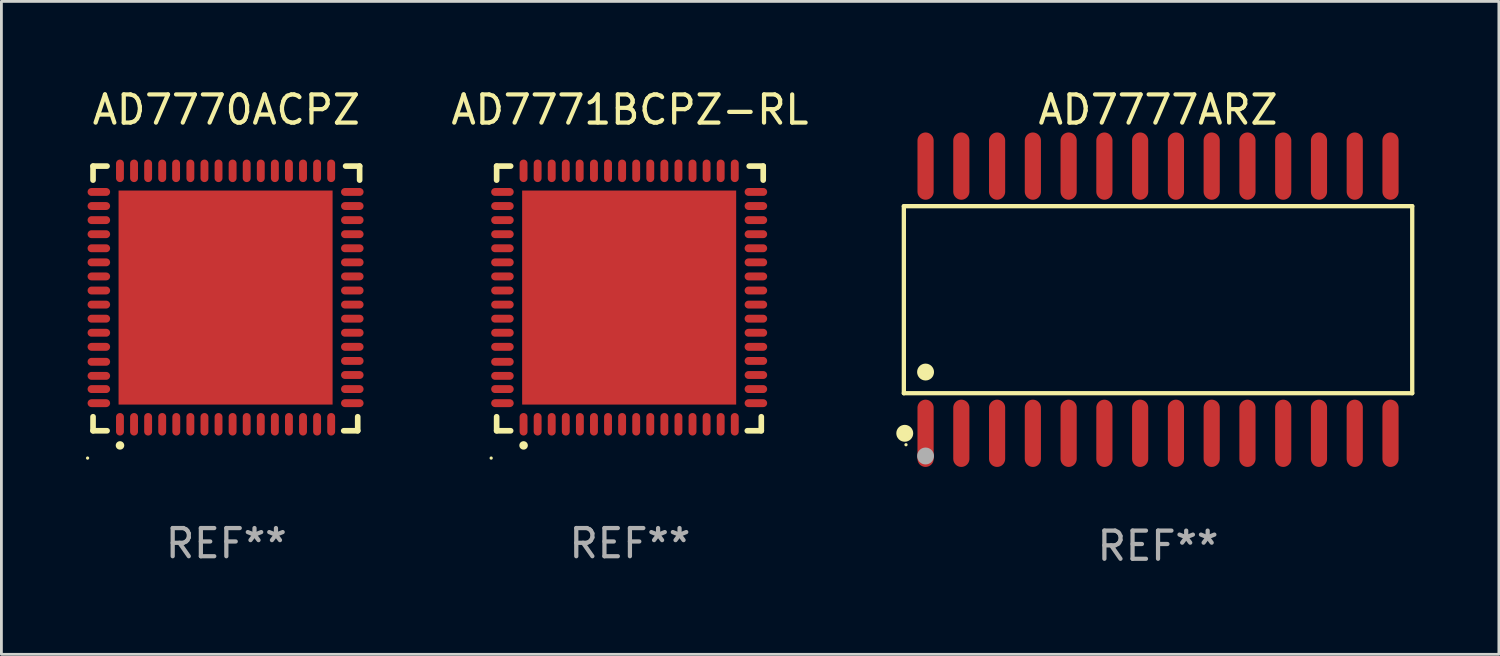
<source format=kicad_pcb>
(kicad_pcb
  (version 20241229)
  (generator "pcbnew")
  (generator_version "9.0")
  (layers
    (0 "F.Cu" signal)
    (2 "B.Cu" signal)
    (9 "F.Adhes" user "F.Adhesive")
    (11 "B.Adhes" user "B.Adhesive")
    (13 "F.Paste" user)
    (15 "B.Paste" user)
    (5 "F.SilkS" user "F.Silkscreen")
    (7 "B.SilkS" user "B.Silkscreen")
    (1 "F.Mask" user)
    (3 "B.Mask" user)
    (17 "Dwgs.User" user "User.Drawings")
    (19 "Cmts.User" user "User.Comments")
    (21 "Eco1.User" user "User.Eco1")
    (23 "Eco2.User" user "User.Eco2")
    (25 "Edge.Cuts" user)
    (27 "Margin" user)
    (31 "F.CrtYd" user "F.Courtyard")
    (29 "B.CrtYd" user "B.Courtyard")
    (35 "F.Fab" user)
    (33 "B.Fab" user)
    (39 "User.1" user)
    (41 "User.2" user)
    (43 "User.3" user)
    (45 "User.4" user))
  (footprint "AD7771BCPZ-RL"
    (layer "F.Cu")
    (at 19.318 7.547)
    (property "Reference" "AD7771BCPZ-RL" (at 0 -6.699 0) (layer "F.SilkS") (effects (font (size 1 1) (thickness 0.15))))
    (attr through_hole)
    (fp_line (start -4.733 -4.699) (end -4.235 -4.699) (stroke (width 0.2) (type solid)) (layer "F.SilkS"))
    (fp_line (start -4.733 -4.201) (end -4.733 -4.699) (stroke (width 0.2) (type solid)) (layer "F.SilkS"))
    (fp_line (start -4.733 4.699) (end -4.733 4.201) (stroke (width 0.2) (type solid)) (layer "F.SilkS"))
    (fp_line (start -4.235 4.699) (end -4.733 4.699) (stroke (width 0.2) (type solid)) (layer "F.SilkS"))
    (fp_line (start 4.168 4.699) (end 4.665 4.699) (stroke (width 0.2) (type solid)) (layer "F.SilkS"))
    (fp_line (start 4.665 4.699) (end 4.665 4.201) (stroke (width 0.2) (type solid)) (layer "F.SilkS"))
    (fp_line (start 4.733 -4.699) (end 4.235 -4.699) (stroke (width 0.2) (type solid)) (layer "F.SilkS"))
    (fp_line (start 4.733 -4.201) (end 4.733 -4.699) (stroke (width 0.2) (type solid)) (layer "F.SilkS"))
    (fp_arc (start -3.777419 5.219329) (mid -3.776149 5.219324) (end -3.774879 5.219329) (stroke (width 0.3) (type solid)) (layer "F.SilkS"))
    (fp_circle (center -4.927 5.669) (end -4.897 5.669) (stroke (width 0.06) (type solid)) (fill no) (layer "F.SilkS"))
    (fp_text user "REF**" (at 0 8.699 0) (layer "F.Fab") (effects (font (size 1 1) (thickness 0.15))))
    (pad "1" smd oval (at -3.777 4.469 180) (size 0.28 0.8) (layers "F.Cu" "F.Mask" "F.Paste"))
    (pad "2" smd oval (at -3.277 4.469 180) (size 0.28 0.8) (layers "F.Cu" "F.Mask" "F.Paste"))
    (pad "3" smd oval (at -2.777 4.469 180) (size 0.28 0.8) (layers "F.Cu" "F.Mask" "F.Paste"))
    (pad "4" smd oval (at -2.277 4.469 180) (size 0.28 0.8) (layers "F.Cu" "F.Mask" "F.Paste"))
    (pad "5" smd oval (at -1.777 4.469 180) (size 0.28 0.8) (layers "F.Cu" "F.Mask" "F.Paste"))
    (pad "6" smd oval (at -1.277 4.469 180) (size 0.28 0.8) (layers "F.Cu" "F.Mask" "F.Paste"))
    (pad "7" smd oval (at -0.777 4.469 180) (size 0.28 0.8) (layers "F.Cu" "F.Mask" "F.Paste"))
    (pad "8" smd oval (at -0.277 4.469 180) (size 0.28 0.8) (layers "F.Cu" "F.Mask" "F.Paste"))
    (pad "9" smd oval (at 0.223 4.469 180) (size 0.28 0.8) (layers "F.Cu" "F.Mask" "F.Paste"))
    (pad "10" smd oval (at 0.723 4.469 180) (size 0.28 0.8) (layers "F.Cu" "F.Mask" "F.Paste"))
    (pad "11" smd oval (at 1.223 4.469 180) (size 0.28 0.8) (layers "F.Cu" "F.Mask" "F.Paste"))
    (pad "12" smd oval (at 1.723 4.469 180) (size 0.28 0.8) (layers "F.Cu" "F.Mask" "F.Paste"))
    (pad "13" smd oval (at 2.223 4.469 180) (size 0.28 0.8) (layers "F.Cu" "F.Mask" "F.Paste"))
    (pad "14" smd oval (at 2.723 4.469 180) (size 0.28 0.8) (layers "F.Cu" "F.Mask" "F.Paste"))
    (pad "15" smd oval (at 3.223 4.469 180) (size 0.28 0.8) (layers "F.Cu" "F.Mask" "F.Paste"))
    (pad "16" smd oval (at 3.723 4.469 180) (size 0.28 0.8) (layers "F.Cu" "F.Mask" "F.Paste"))
    (pad "17" smd oval (at 4.473 3.719 270) (size 0.28 0.8) (layers "F.Cu" "F.Mask" "F.Paste"))
    (pad "18" smd oval (at 4.473 3.219 270) (size 0.28 0.8) (layers "F.Cu" "F.Mask" "F.Paste"))
    (pad "19" smd oval (at 4.473 2.719 270) (size 0.28 0.8) (layers "F.Cu" "F.Mask" "F.Paste"))
    (pad "20" smd oval (at 4.473 2.219 270) (size 0.28 0.8) (layers "F.Cu" "F.Mask" "F.Paste"))
    (pad "21" smd oval (at 4.473 1.719 270) (size 0.28 0.8) (layers "F.Cu" "F.Mask" "F.Paste"))
    (pad "22" smd oval (at 4.473 1.219 270) (size 0.28 0.8) (layers "F.Cu" "F.Mask" "F.Paste"))
    (pad "23" smd oval (at 4.473 0.719 270) (size 0.28 0.8) (layers "F.Cu" "F.Mask" "F.Paste"))
    (pad "24" smd oval (at 4.473 0.219 270) (size 0.28 0.8) (layers "F.Cu" "F.Mask" "F.Paste"))
    (pad "25" smd oval (at 4.473 -0.281 270) (size 0.28 0.8) (layers "F.Cu" "F.Mask" "F.Paste"))
    (pad "26" smd oval (at 4.473 -0.781 270) (size 0.28 0.8) (layers "F.Cu" "F.Mask" "F.Paste"))
    (pad "27" smd oval (at 4.473 -1.281 270) (size 0.28 0.8) (layers "F.Cu" "F.Mask" "F.Paste"))
    (pad "28" smd oval (at 4.473 -1.781 270) (size 0.28 0.8) (layers "F.Cu" "F.Mask" "F.Paste"))
    (pad "29" smd oval (at 4.473 -2.281 270) (size 0.28 0.8) (layers "F.Cu" "F.Mask" "F.Paste"))
    (pad "30" smd oval (at 4.473 -2.781 270) (size 0.28 0.8) (layers "F.Cu" "F.Mask" "F.Paste"))
    (pad "31" smd oval (at 4.473 -3.281 270) (size 0.28 0.8) (layers "F.Cu" "F.Mask" "F.Paste"))
    (pad "32" smd oval (at 4.473 -3.781 270) (size 0.28 0.8) (layers "F.Cu" "F.Mask" "F.Paste"))
    (pad "33" smd oval (at 3.723 -4.531) (size 0.28 0.8) (layers "F.Cu" "F.Mask" "F.Paste"))
    (pad "34" smd oval (at 3.223 -4.531) (size 0.28 0.8) (layers "F.Cu" "F.Mask" "F.Paste"))
    (pad "35" smd oval (at 2.723 -4.531) (size 0.28 0.8) (layers "F.Cu" "F.Mask" "F.Paste"))
    (pad "36" smd oval (at 2.223 -4.531) (size 0.28 0.8) (layers "F.Cu" "F.Mask" "F.Paste"))
    (pad "37" smd oval (at 1.723 -4.531) (size 0.28 0.8) (layers "F.Cu" "F.Mask" "F.Paste"))
    (pad "38" smd oval (at 1.223 -4.531) (size 0.28 0.8) (layers "F.Cu" "F.Mask" "F.Paste"))
    (pad "39" smd oval (at 0.723 -4.531) (size 0.28 0.8) (layers "F.Cu" "F.Mask" "F.Paste"))
    (pad "40" smd oval (at 0.223 -4.531) (size 0.28 0.8) (layers "F.Cu" "F.Mask" "F.Paste"))
    (pad "41" smd oval (at -0.277 -4.531) (size 0.28 0.8) (layers "F.Cu" "F.Mask" "F.Paste"))
    (pad "42" smd oval (at -0.777 -4.531) (size 0.28 0.8) (layers "F.Cu" "F.Mask" "F.Paste"))
    (pad "43" smd oval (at -1.277 -4.531) (size 0.28 0.8) (layers "F.Cu" "F.Mask" "F.Paste"))
    (pad "44" smd oval (at -1.784 -4.531) (size 0.28 0.8) (layers "F.Cu" "F.Mask" "F.Paste"))
    (pad "45" smd oval (at -2.277 -4.531) (size 0.28 0.8) (layers "F.Cu" "F.Mask" "F.Paste"))
    (pad "46" smd oval (at -2.777 -4.531) (size 0.28 0.8) (layers "F.Cu" "F.Mask" "F.Paste"))
    (pad "47" smd oval (at -3.277 -4.531) (size 0.28 0.8) (layers "F.Cu" "F.Mask" "F.Paste"))
    (pad "48" smd oval (at -3.777 -4.531) (size 0.28 0.8) (layers "F.Cu" "F.Mask" "F.Paste"))
    (pad "49" smd oval (at -4.527 -3.781 90) (size 0.28 0.8) (layers "F.Cu" "F.Mask" "F.Paste"))
    (pad "50" smd oval (at -4.527 -3.281 90) (size 0.28 0.8) (layers "F.Cu" "F.Mask" "F.Paste"))
    (pad "51" smd oval (at -4.527 -2.781 90) (size 0.28 0.8) (layers "F.Cu" "F.Mask" "F.Paste"))
    (pad "52" smd oval (at -4.527 -2.281 90) (size 0.28 0.8) (layers "F.Cu" "F.Mask" "F.Paste"))
    (pad "53" smd oval (at -4.527 -1.781 90) (size 0.28 0.8) (layers "F.Cu" "F.Mask" "F.Paste"))
    (pad "54" smd oval (at -4.527 -1.281 90) (size 0.28 0.8) (layers "F.Cu" "F.Mask" "F.Paste"))
    (pad "55" smd oval (at -4.527 -0.781 90) (size 0.28 0.8) (layers "F.Cu" "F.Mask" "F.Paste"))
    (pad "56" smd oval (at -4.527 -0.281 90) (size 0.28 0.8) (layers "F.Cu" "F.Mask" "F.Paste"))
    (pad "57" smd oval (at -4.527 0.219 90) (size 0.28 0.8) (layers "F.Cu" "F.Mask" "F.Paste"))
    (pad "58" smd oval (at -4.527 0.719 90) (size 0.28 0.8) (layers "F.Cu" "F.Mask" "F.Paste"))
    (pad "59" smd oval (at -4.527 1.219 90) (size 0.28 0.8) (layers "F.Cu" "F.Mask" "F.Paste"))
    (pad "60" smd oval (at -4.527 1.719 90) (size 0.28 0.8) (layers "F.Cu" "F.Mask" "F.Paste"))
    (pad "61" smd oval (at -4.527 2.25 90) (size 0.28 0.8) (layers "F.Cu" "F.Mask" "F.Paste"))
    (pad "62" smd oval (at -4.527 2.75 90) (size 0.28 0.8) (layers "F.Cu" "F.Mask" "F.Paste"))
    (pad "63" smd oval (at -4.527 3.219 90) (size 0.28 0.8) (layers "F.Cu" "F.Mask" "F.Paste"))
    (pad "64" smd oval (at -4.527 3.719 90) (size 0.28 0.8) (layers "F.Cu" "F.Mask" "F.Paste"))
    (pad "65" smd rect (at -0.027 -0.031 90) (size 7.6 7.6) (layers "F.Cu" "F.Mask" "F.Paste")))
  (footprint "AD7770ACPZ"
    (layer "F.Cu")
    (at 4.987 7.547)
    (property "Reference" "AD7770ACPZ" (at 0 -6.699 0) (layer "F.SilkS") (effects (font (size 1 1) (thickness 0.15))))
    (attr through_hole)
    (fp_line (start -4.733 -4.699) (end -4.235 -4.699) (stroke (width 0.2) (type solid)) (layer "F.SilkS"))
    (fp_line (start -4.733 -4.201) (end -4.733 -4.699) (stroke (width 0.2) (type solid)) (layer "F.SilkS"))
    (fp_line (start -4.733 4.699) (end -4.733 4.201) (stroke (width 0.2) (type solid)) (layer "F.SilkS"))
    (fp_line (start -4.235 4.699) (end -4.733 4.699) (stroke (width 0.2) (type solid)) (layer "F.SilkS"))
    (fp_line (start 4.168 4.699) (end 4.665 4.699) (stroke (width 0.2) (type solid)) (layer "F.SilkS"))
    (fp_line (start 4.665 4.699) (end 4.665 4.201) (stroke (width 0.2) (type solid)) (layer "F.SilkS"))
    (fp_line (start 4.733 -4.699) (end 4.235 -4.699) (stroke (width 0.2) (type solid)) (layer "F.SilkS"))
    (fp_line (start 4.733 -4.201) (end 4.733 -4.699) (stroke (width 0.2) (type solid)) (layer "F.SilkS"))
    (fp_arc (start -3.777419 5.219329) (mid -3.776149 5.219324) (end -3.774879 5.219329) (stroke (width 0.3) (type solid)) (layer "F.SilkS"))
    (fp_circle (center -4.927 5.669) (end -4.897 5.669) (stroke (width 0.06) (type solid)) (fill no) (layer "F.SilkS"))
    (fp_text user "REF**" (at 0 8.699 0) (layer "F.Fab") (effects (font (size 1 1) (thickness 0.15))))
    (pad "1" smd oval (at -3.777 4.469 180) (size 0.28 0.8) (layers "F.Cu" "F.Mask" "F.Paste"))
    (pad "2" smd oval (at -3.277 4.469 180) (size 0.28 0.8) (layers "F.Cu" "F.Mask" "F.Paste"))
    (pad "3" smd oval (at -2.777 4.469 180) (size 0.28 0.8) (layers "F.Cu" "F.Mask" "F.Paste"))
    (pad "4" smd oval (at -2.277 4.469 180) (size 0.28 0.8) (layers "F.Cu" "F.Mask" "F.Paste"))
    (pad "5" smd oval (at -1.777 4.469 180) (size 0.28 0.8) (layers "F.Cu" "F.Mask" "F.Paste"))
    (pad "6" smd oval (at -1.277 4.469 180) (size 0.28 0.8) (layers "F.Cu" "F.Mask" "F.Paste"))
    (pad "7" smd oval (at -0.777 4.469 180) (size 0.28 0.8) (layers "F.Cu" "F.Mask" "F.Paste"))
    (pad "8" smd oval (at -0.277 4.469 180) (size 0.28 0.8) (layers "F.Cu" "F.Mask" "F.Paste"))
    (pad "9" smd oval (at 0.223 4.469 180) (size 0.28 0.8) (layers "F.Cu" "F.Mask" "F.Paste"))
    (pad "10" smd oval (at 0.723 4.469 180) (size 0.28 0.8) (layers "F.Cu" "F.Mask" "F.Paste"))
    (pad "11" smd oval (at 1.223 4.469 180) (size 0.28 0.8) (layers "F.Cu" "F.Mask" "F.Paste"))
    (pad "12" smd oval (at 1.723 4.469 180) (size 0.28 0.8) (layers "F.Cu" "F.Mask" "F.Paste"))
    (pad "13" smd oval (at 2.223 4.469 180) (size 0.28 0.8) (layers "F.Cu" "F.Mask" "F.Paste"))
    (pad "14" smd oval (at 2.723 4.469 180) (size 0.28 0.8) (layers "F.Cu" "F.Mask" "F.Paste"))
    (pad "15" smd oval (at 3.223 4.469 180) (size 0.28 0.8) (layers "F.Cu" "F.Mask" "F.Paste"))
    (pad "16" smd oval (at 3.723 4.469 180) (size 0.28 0.8) (layers "F.Cu" "F.Mask" "F.Paste"))
    (pad "17" smd oval (at 4.473 3.719 270) (size 0.28 0.8) (layers "F.Cu" "F.Mask" "F.Paste"))
    (pad "18" smd oval (at 4.473 3.219 270) (size 0.28 0.8) (layers "F.Cu" "F.Mask" "F.Paste"))
    (pad "19" smd oval (at 4.473 2.719 270) (size 0.28 0.8) (layers "F.Cu" "F.Mask" "F.Paste"))
    (pad "20" smd oval (at 4.473 2.219 270) (size 0.28 0.8) (layers "F.Cu" "F.Mask" "F.Paste"))
    (pad "21" smd oval (at 4.473 1.719 270) (size 0.28 0.8) (layers "F.Cu" "F.Mask" "F.Paste"))
    (pad "22" smd oval (at 4.473 1.219 270) (size 0.28 0.8) (layers "F.Cu" "F.Mask" "F.Paste"))
    (pad "23" smd oval (at 4.473 0.719 270) (size 0.28 0.8) (layers "F.Cu" "F.Mask" "F.Paste"))
    (pad "24" smd oval (at 4.473 0.219 270) (size 0.28 0.8) (layers "F.Cu" "F.Mask" "F.Paste"))
    (pad "25" smd oval (at 4.473 -0.281 270) (size 0.28 0.8) (layers "F.Cu" "F.Mask" "F.Paste"))
    (pad "26" smd oval (at 4.473 -0.781 270) (size 0.28 0.8) (layers "F.Cu" "F.Mask" "F.Paste"))
    (pad "27" smd oval (at 4.473 -1.281 270) (size 0.28 0.8) (layers "F.Cu" "F.Mask" "F.Paste"))
    (pad "28" smd oval (at 4.473 -1.781 270) (size 0.28 0.8) (layers "F.Cu" "F.Mask" "F.Paste"))
    (pad "29" smd oval (at 4.473 -2.281 270) (size 0.28 0.8) (layers "F.Cu" "F.Mask" "F.Paste"))
    (pad "30" smd oval (at 4.473 -2.781 270) (size 0.28 0.8) (layers "F.Cu" "F.Mask" "F.Paste"))
    (pad "31" smd oval (at 4.473 -3.281 270) (size 0.28 0.8) (layers "F.Cu" "F.Mask" "F.Paste"))
    (pad "32" smd oval (at 4.473 -3.781 270) (size 0.28 0.8) (layers "F.Cu" "F.Mask" "F.Paste"))
    (pad "33" smd oval (at 3.723 -4.531) (size 0.28 0.8) (layers "F.Cu" "F.Mask" "F.Paste"))
    (pad "34" smd oval (at 3.223 -4.531) (size 0.28 0.8) (layers "F.Cu" "F.Mask" "F.Paste"))
    (pad "35" smd oval (at 2.723 -4.531) (size 0.28 0.8) (layers "F.Cu" "F.Mask" "F.Paste"))
    (pad "36" smd oval (at 2.223 -4.531) (size 0.28 0.8) (layers "F.Cu" "F.Mask" "F.Paste"))
    (pad "37" smd oval (at 1.723 -4.531) (size 0.28 0.8) (layers "F.Cu" "F.Mask" "F.Paste"))
    (pad "38" smd oval (at 1.223 -4.531) (size 0.28 0.8) (layers "F.Cu" "F.Mask" "F.Paste"))
    (pad "39" smd oval (at 0.723 -4.531) (size 0.28 0.8) (layers "F.Cu" "F.Mask" "F.Paste"))
    (pad "40" smd oval (at 0.223 -4.531) (size 0.28 0.8) (layers "F.Cu" "F.Mask" "F.Paste"))
    (pad "41" smd oval (at -0.277 -4.531) (size 0.28 0.8) (layers "F.Cu" "F.Mask" "F.Paste"))
    (pad "42" smd oval (at -0.777 -4.531) (size 0.28 0.8) (layers "F.Cu" "F.Mask" "F.Paste"))
    (pad "43" smd oval (at -1.277 -4.531) (size 0.28 0.8) (layers "F.Cu" "F.Mask" "F.Paste"))
    (pad "44" smd oval (at -1.784 -4.531) (size 0.28 0.8) (layers "F.Cu" "F.Mask" "F.Paste"))
    (pad "45" smd oval (at -2.277 -4.531) (size 0.28 0.8) (layers "F.Cu" "F.Mask" "F.Paste"))
    (pad "46" smd oval (at -2.777 -4.531) (size 0.28 0.8) (layers "F.Cu" "F.Mask" "F.Paste"))
    (pad "47" smd oval (at -3.277 -4.531) (size 0.28 0.8) (layers "F.Cu" "F.Mask" "F.Paste"))
    (pad "48" smd oval (at -3.777 -4.531) (size 0.28 0.8) (layers "F.Cu" "F.Mask" "F.Paste"))
    (pad "49" smd oval (at -4.527 -3.781 90) (size 0.28 0.8) (layers "F.Cu" "F.Mask" "F.Paste"))
    (pad "50" smd oval (at -4.527 -3.281 90) (size 0.28 0.8) (layers "F.Cu" "F.Mask" "F.Paste"))
    (pad "51" smd oval (at -4.527 -2.781 90) (size 0.28 0.8) (layers "F.Cu" "F.Mask" "F.Paste"))
    (pad "52" smd oval (at -4.527 -2.281 90) (size 0.28 0.8) (layers "F.Cu" "F.Mask" "F.Paste"))
    (pad "53" smd oval (at -4.527 -1.781 90) (size 0.28 0.8) (layers "F.Cu" "F.Mask" "F.Paste"))
    (pad "54" smd oval (at -4.527 -1.281 90) (size 0.28 0.8) (layers "F.Cu" "F.Mask" "F.Paste"))
    (pad "55" smd oval (at -4.527 -0.781 90) (size 0.28 0.8) (layers "F.Cu" "F.Mask" "F.Paste"))
    (pad "56" smd oval (at -4.527 -0.281 90) (size 0.28 0.8) (layers "F.Cu" "F.Mask" "F.Paste"))
    (pad "57" smd oval (at -4.527 0.219 90) (size 0.28 0.8) (layers "F.Cu" "F.Mask" "F.Paste"))
    (pad "58" smd oval (at -4.527 0.719 90) (size 0.28 0.8) (layers "F.Cu" "F.Mask" "F.Paste"))
    (pad "59" smd oval (at -4.527 1.219 90) (size 0.28 0.8) (layers "F.Cu" "F.Mask" "F.Paste"))
    (pad "60" smd oval (at -4.527 1.719 90) (size 0.28 0.8) (layers "F.Cu" "F.Mask" "F.Paste"))
    (pad "61" smd oval (at -4.527 2.25 90) (size 0.28 0.8) (layers "F.Cu" "F.Mask" "F.Paste"))
    (pad "62" smd oval (at -4.527 2.75 90) (size 0.28 0.8) (layers "F.Cu" "F.Mask" "F.Paste"))
    (pad "63" smd oval (at -4.527 3.219 90) (size 0.28 0.8) (layers "F.Cu" "F.Mask" "F.Paste"))
    (pad "64" smd oval (at -4.527 3.719 90) (size 0.28 0.8) (layers "F.Cu" "F.Mask" "F.Paste"))
    (pad "65" smd rect (at -0.027 -0.031 90) (size 7.6 7.6) (layers "F.Cu" "F.Mask" "F.Paste")))
  (footprint "AD7777ARZ"
    (layer "F.Cu")
    (at 38.071 7.592)
    (property "Reference" "AD7777ARZ" (at 0 -6.744 0) (layer "F.SilkS") (effects (font (size 1 1) (thickness 0.15))))
    (attr through_hole)
    (fp_line (start -9.026 -3.321) (end 9.026 -3.321) (stroke (width 0.152) (type solid)) (layer "F.SilkS"))
    (fp_line (start -9.026 3.321) (end -9.026 -3.321) (stroke (width 0.152) (type solid)) (layer "F.SilkS"))
    (fp_line (start 9.026 -3.321) (end 9.026 3.321) (stroke (width 0.152) (type solid)) (layer "F.SilkS"))
    (fp_line (start 9.026 3.321) (end -9.026 3.321) (stroke (width 0.152) (type solid)) (layer "F.SilkS"))
    (fp_circle (center -8.994 4.744) (end -8.844 4.744) (stroke (width 0.3) (type solid)) (fill no) (layer "F.SilkS"))
    (fp_circle (center -8.95 5.15) (end -8.92 5.15) (stroke (width 0.06) (type solid)) (fill no) (layer "F.SilkS"))
    (fp_circle (center -8.255 2.569) (end -8.105 2.569) (stroke (width 0.3) (type solid)) (fill no) (layer "F.SilkS"))
    (fp_circle (center -8.255 5.55) (end -8.105 5.55) (stroke (width 0.3) (type solid)) (fill no) (layer "F.Fab"))
    (fp_text user "REF**" (at 0 8.744 0) (layer "F.Fab") (effects (font (size 1 1) (thickness 0.15))))
    (pad "1" smd oval (at -8.255 4.744) (size 0.574 2.388) (layers "F.Cu" "F.Mask" "F.Paste"))
    (pad "2" smd oval (at -6.985 4.744) (size 0.574 2.388) (layers "F.Cu" "F.Mask" "F.Paste"))
    (pad "3" smd oval (at -5.715 4.744) (size 0.574 2.388) (layers "F.Cu" "F.Mask" "F.Paste"))
    (pad "4" smd oval (at -4.445 4.744) (size 0.574 2.388) (layers "F.Cu" "F.Mask" "F.Paste"))
    (pad "5" smd oval (at -3.175 4.744) (size 0.574 2.388) (layers "F.Cu" "F.Mask" "F.Paste"))
    (pad "6" smd oval (at -1.905 4.744) (size 0.574 2.388) (layers "F.Cu" "F.Mask" "F.Paste"))
    (pad "7" smd oval (at -0.635 4.744) (size 0.574 2.388) (layers "F.Cu" "F.Mask" "F.Paste"))
    (pad "8" smd oval (at 0.635 4.744) (size 0.574 2.388) (layers "F.Cu" "F.Mask" "F.Paste"))
    (pad "9" smd oval (at 1.905 4.744) (size 0.574 2.388) (layers "F.Cu" "F.Mask" "F.Paste"))
    (pad "10" smd oval (at 3.175 4.744) (size 0.574 2.388) (layers "F.Cu" "F.Mask" "F.Paste"))
    (pad "11" smd oval (at 4.445 4.744) (size 0.574 2.388) (layers "F.Cu" "F.Mask" "F.Paste"))
    (pad "12" smd oval (at 5.715 4.744) (size 0.574 2.388) (layers "F.Cu" "F.Mask" "F.Paste"))
    (pad "13" smd oval (at 6.985 4.744) (size 0.574 2.388) (layers "F.Cu" "F.Mask" "F.Paste"))
    (pad "14" smd oval (at 8.255 4.744) (size 0.574 2.388) (layers "F.Cu" "F.Mask" "F.Paste"))
    (pad "15" smd oval (at 8.255 -4.744) (size 0.574 2.388) (layers "F.Cu" "F.Mask" "F.Paste"))
    (pad "16" smd oval (at 6.985 -4.744) (size 0.574 2.388) (layers "F.Cu" "F.Mask" "F.Paste"))
    (pad "17" smd oval (at 5.715 -4.744) (size 0.574 2.388) (layers "F.Cu" "F.Mask" "F.Paste"))
    (pad "18" smd oval (at 4.445 -4.744) (size 0.574 2.388) (layers "F.Cu" "F.Mask" "F.Paste"))
    (pad "19" smd oval (at 3.175 -4.744) (size 0.574 2.388) (layers "F.Cu" "F.Mask" "F.Paste"))
    (pad "20" smd oval (at 1.905 -4.744) (size 0.574 2.388) (layers "F.Cu" "F.Mask" "F.Paste"))
    (pad "21" smd oval (at 0.635 -4.744) (size 0.574 2.388) (layers "F.Cu" "F.Mask" "F.Paste"))
    (pad "22" smd oval (at -0.635 -4.744) (size 0.574 2.388) (layers "F.Cu" "F.Mask" "F.Paste"))
    (pad "23" smd oval (at -1.905 -4.744) (size 0.574 2.388) (layers "F.Cu" "F.Mask" "F.Paste"))
    (pad "24" smd oval (at -3.175 -4.744) (size 0.574 2.388) (layers "F.Cu" "F.Mask" "F.Paste"))
    (pad "25" smd oval (at -4.445 -4.744) (size 0.574 2.388) (layers "F.Cu" "F.Mask" "F.Paste"))
    (pad "26" smd oval (at -5.715 -4.744) (size 0.574 2.388) (layers "F.Cu" "F.Mask" "F.Paste"))
    (pad "27" smd oval (at -6.985 -4.744) (size 0.574 2.388) (layers "F.Cu" "F.Mask" "F.Paste"))
    (pad "28" smd oval (at -8.255 -4.744) (size 0.574 2.388) (layers "F.Cu" "F.Mask" "F.Paste")))
  (gr_rect
    (start -3 -3)
    (end 50.174 20.184)
    (stroke (width 0.1) (type default))
    (fill no)
    (layer "Edge.Cuts")))
</source>
